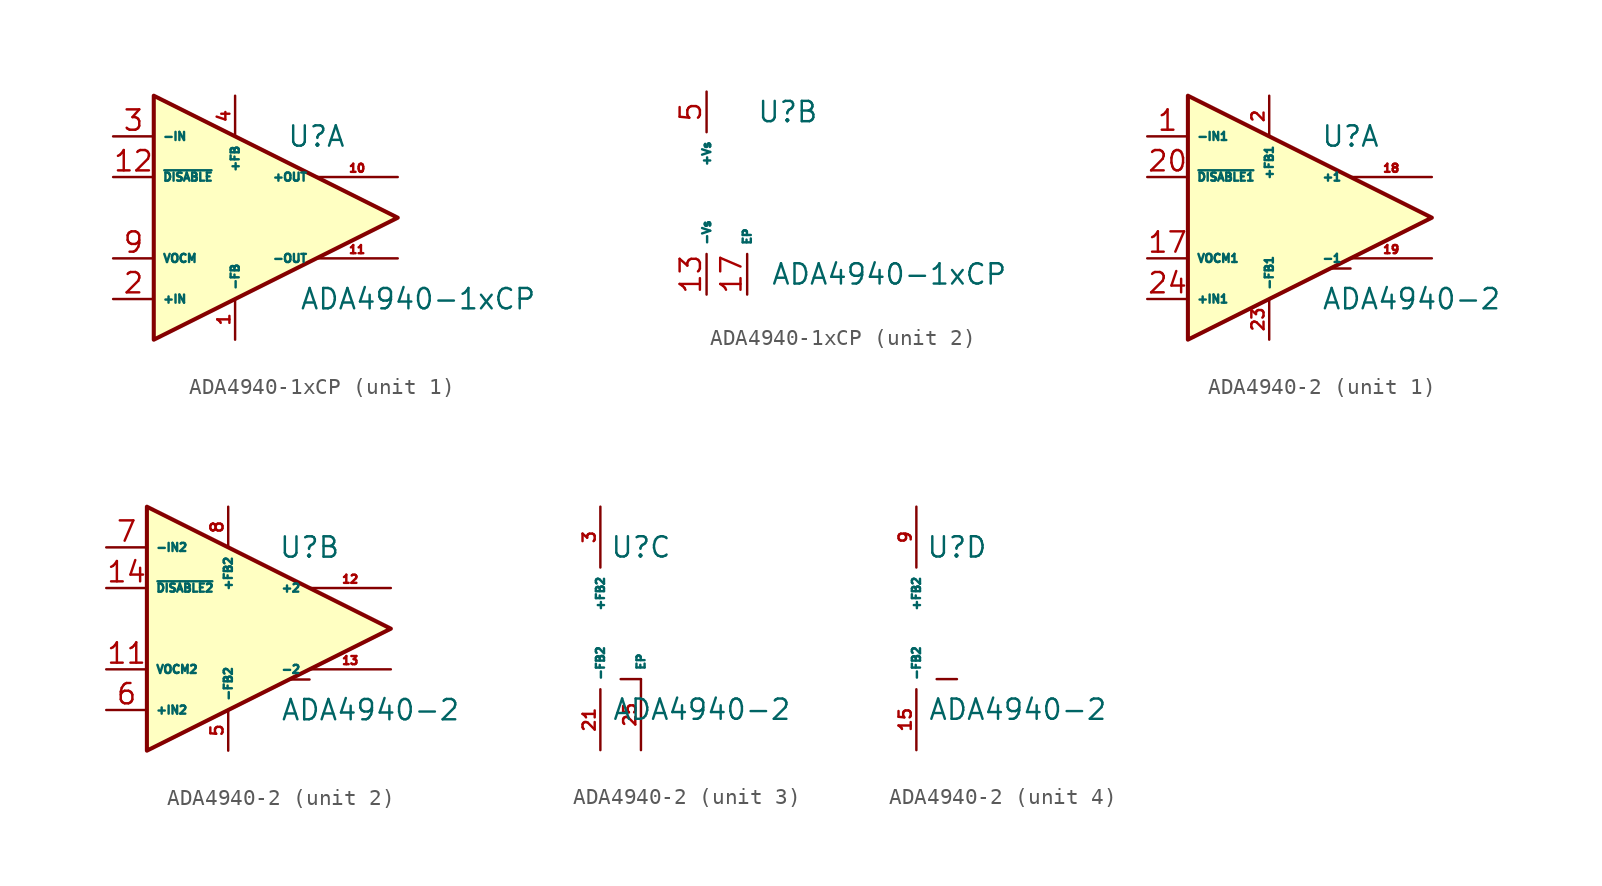
<source format=kicad_sym>
(kicad_symbol_lib
  (version 20201005)
  (generator kicad_symbol_editor)
  (symbol "Amplifier_Difference:ADA4940-1xCP"
    (property "Reference" "U"
      (at 5.08 5.08 0)
      (effects (font (size 1.27 1.27))))
    (property "Value" "ADA4940-1xCP"
      (at 11.43 -5.08 0)
      (effects (font (size 1.27 1.27))))
    (symbol "ADA4940-1xCP_1_1"
      (polyline (pts (xy -5.08 7.62) (xy -5.08 -7.62) (xy 10.16 0) (xy -5.08 7.62)) (stroke (width 0.254)) (fill (type background)))
      (pin input line (at 0 -7.62 90) (length 2.54) (name "-FB" (effects (font (size 0.508 0.508)))) (number "1" (effects (font (size 0.762 0.762)))))
      (pin output line (at 10.16 2.54 180) (length 5.08) (name "+OUT" (effects (font (size 0.508 0.508)))) (number "10" (effects (font (size 0.508 0.508)))))
      (pin output line (at 10.16 -2.54 180) (length 5.08) (name "-OUT" (effects (font (size 0.508 0.508)))) (number "11" (effects (font (size 0.508 0.508)))))
      (pin input line (at -7.62 2.54 0) (length 2.54) (name "~DISABLE" (effects (font (size 0.508 0.508)))) (number "12" (effects (font (size 1.27 1.27)))))
      (pin input line (at -7.62 -5.08 0) (length 2.54) (name "+IN" (effects (font (size 0.508 0.508)))) (number "2" (effects (font (size 1.27 1.27)))))
      (pin input line (at -7.62 5.08 0) (length 2.54) (name "-IN" (effects (font (size 0.508 0.508)))) (number "3" (effects (font (size 1.27 1.27)))))
      (pin input line (at 0 7.62 270) (length 2.54) (name "+FB" (effects (font (size 0.508 0.508)))) (number "4" (effects (font (size 0.762 0.762)))))
      (pin input line (at -7.62 -2.54 0) (length 2.54) (name "VOCM" (effects (font (size 0.508 0.508)))) (number "9" (effects (font (size 1.27 1.27))))))
    (symbol "ADA4940-1xCP_2_1"
      (pin power_in line (at 0 -6.35 90) (length 2.54) (name "-Vs" (effects (font (size 0.508 0.508)))) (number "13" (effects (font (size 1.27 1.27)))))
      (pin passive line (at 0 -6.35 90) (length 2.54) hide (name "-Vs" (effects (font (size 0.508 0.508)))) (number "14" (effects (font (size 1.27 1.27)))))
      (pin passive line (at 0 -6.35 90) (length 2.54) hide (name "-Vs" (effects (font (size 0.508 0.508)))) (number "15" (effects (font (size 1.27 1.27)))))
      (pin passive line (at 0 -6.35 90) (length 2.54) hide (name "-Vs" (effects (font (size 0.508 0.508)))) (number "16" (effects (font (size 1.27 1.27)))))
      (pin passive line (at 2.54 -6.35 90) (length 2.54) (name "EP" (effects (font (size 0.508 0.508)))) (number "17" (effects (font (size 1.27 1.27)))))
      (pin power_in line (at 0 6.35 270) (length 2.54) (name "+Vs" (effects (font (size 0.508 0.508)))) (number "5" (effects (font (size 1.27 1.27)))))
      (pin passive line (at 0 6.35 270) (length 2.54) hide (name "+Vs" (effects (font (size 0.508 0.508)))) (number "6" (effects (font (size 1.27 1.27)))))
      (pin passive line (at 0 6.35 270) (length 2.54) hide (name "+Vs" (effects (font (size 0.508 0.508)))) (number "7" (effects (font (size 1.27 1.27)))))
      (pin passive line (at 0 6.35 270) (length 2.54) hide (name "+Vs" (effects (font (size 0.508 0.508)))) (number "8" (effects (font (size 1.27 1.27)))))))
  (symbol "Amplifier_Difference:ADA4940-2"
    (property "Reference" "U"
      (at 5.08 5.08 0)
      (effects (font (size 1.27 1.27))))
    (property "Value" "ADA4940-2"
      (at 8.89 -5.08 0)
      (effects (font (size 1.27 1.27))))
    (symbol "ADA4940-2_0_1"
      (polyline (pts (xy 5.08 -3.175) (xy 3.81 -3.175)) (stroke (width 0)) (fill (type none))))
    (symbol "ADA4940-2_1_1"
      (polyline (pts (xy -5.08 7.62) (xy -5.08 -7.62) (xy 10.16 0) (xy -5.08 7.62)) (stroke (width 0.254)) (fill (type background)))
      (pin input line (at -7.62 5.08 0) (length 2.54) (name "-IN1" (effects (font (size 0.508 0.508)))) (number "1" (effects (font (size 1.27 1.27)))))
      (pin input line (at -7.62 -2.54 0) (length 2.54) (name "VOCM1" (effects (font (size 0.508 0.508)))) (number "17" (effects (font (size 1.27 1.27)))))
      (pin output line (at 10.16 2.54 180) (length 5.08) (name "+1" (effects (font (size 0.508 0.508)))) (number "18" (effects (font (size 0.508 0.508)))))
      (pin output line (at 10.16 -2.54 180) (length 5.08) (name "-1" (effects (font (size 0.508 0.508)))) (number "19" (effects (font (size 0.508 0.508)))))
      (pin input line (at 0 7.62 270) (length 2.54) (name "+FB1" (effects (font (size 0.508 0.508)))) (number "2" (effects (font (size 0.762 0.762)))))
      (pin input line (at -7.62 2.54 0) (length 2.54) (name "~DISABLE1" (effects (font (size 0.508 0.508)))) (number "20" (effects (font (size 1.27 1.27)))))
      (pin input line (at 0 -7.62 90) (length 2.54) (name "-FB1" (effects (font (size 0.508 0.508)))) (number "23" (effects (font (size 0.762 0.762)))))
      (pin input line (at -7.62 -5.08 0) (length 2.54) (name "+IN1" (effects (font (size 0.508 0.508)))) (number "24" (effects (font (size 1.27 1.27))))))
    (symbol "ADA4940-2_2_1"
      (polyline (pts (xy -5.08 7.62) (xy -5.08 -7.62) (xy 10.16 0) (xy -5.08 7.62)) (stroke (width 0.254)) (fill (type background)))
      (pin input line (at -7.62 -2.54 0) (length 2.54) (name "VOCM2" (effects (font (size 0.508 0.508)))) (number "11" (effects (font (size 1.27 1.27)))))
      (pin output line (at 10.16 2.54 180) (length 5.08) (name "+2" (effects (font (size 0.508 0.508)))) (number "12" (effects (font (size 0.508 0.508)))))
      (pin output line (at 10.16 -2.54 180) (length 5.08) (name "-2" (effects (font (size 0.508 0.508)))) (number "13" (effects (font (size 0.508 0.508)))))
      (pin input line (at -7.62 2.54 0) (length 2.54) (name "~DISABLE2" (effects (font (size 0.508 0.508)))) (number "14" (effects (font (size 1.27 1.27)))))
      (pin input line (at 0 -7.62 90) (length 2.54) (name "-FB2" (effects (font (size 0.508 0.508)))) (number "5" (effects (font (size 0.762 0.762)))))
      (pin input line (at -7.62 -5.08 0) (length 2.54) (name "+IN2" (effects (font (size 0.508 0.508)))) (number "6" (effects (font (size 1.27 1.27)))))
      (pin input line (at -7.62 5.08 0) (length 2.54) (name "-IN2" (effects (font (size 0.508 0.508)))) (number "7" (effects (font (size 1.27 1.27)))))
      (pin input line (at 0 7.62 270) (length 2.54) (name "+FB2" (effects (font (size 0.508 0.508)))) (number "8" (effects (font (size 0.762 0.762))))))
    (symbol "ADA4940-2_3_1"
      (pin input line (at 2.54 -7.62 90) (length 3.81) (name "-FB2" (effects (font (size 0.508 0.508)))) (number "21" (effects (font (size 0.762 0.762)))))
      (pin input line (at 2.54 -7.62 90) (length 3.81) hide (name "-FB2" (effects (font (size 0.508 0.508)))) (number "22" (effects (font (size 0.762 0.762)))))
      (pin passive line (at 5.08 -7.62 90) (length 4.445) (name "EP" (effects (font (size 0.508 0.508)))) (number "25" (effects (font (size 0.762 0.762)))))
      (pin input line (at 2.54 7.62 270) (length 3.81) (name "+FB2" (effects (font (size 0.508 0.508)))) (number "3" (effects (font (size 0.762 0.762)))))
      (pin input line (at 2.54 7.62 270) (length 3.81) hide (name "+FB2" (effects (font (size 0.508 0.508)))) (number "4" (effects (font (size 0.762 0.762))))))
    (symbol "ADA4940-2_4_1"
      (pin input line (at 2.54 7.62 270) (length 3.81) hide (name "+FB2" (effects (font (size 0.508 0.508)))) (number "10" (effects (font (size 0.762 0.762)))))
      (pin input line (at 2.54 -7.62 90) (length 3.81) (name "-FB2" (effects (font (size 0.508 0.508)))) (number "15" (effects (font (size 0.762 0.762)))))
      (pin input line (at 2.54 -7.62 90) (length 3.81) hide (name "-FB2" (effects (font (size 0.508 0.508)))) (number "16" (effects (font (size 0.762 0.762)))))
      (pin input line (at 2.54 7.62 270) (length 3.81) (name "+FB2" (effects (font (size 0.508 0.508)))) (number "9" (effects (font (size 0.762 0.762))))))))
</source>
